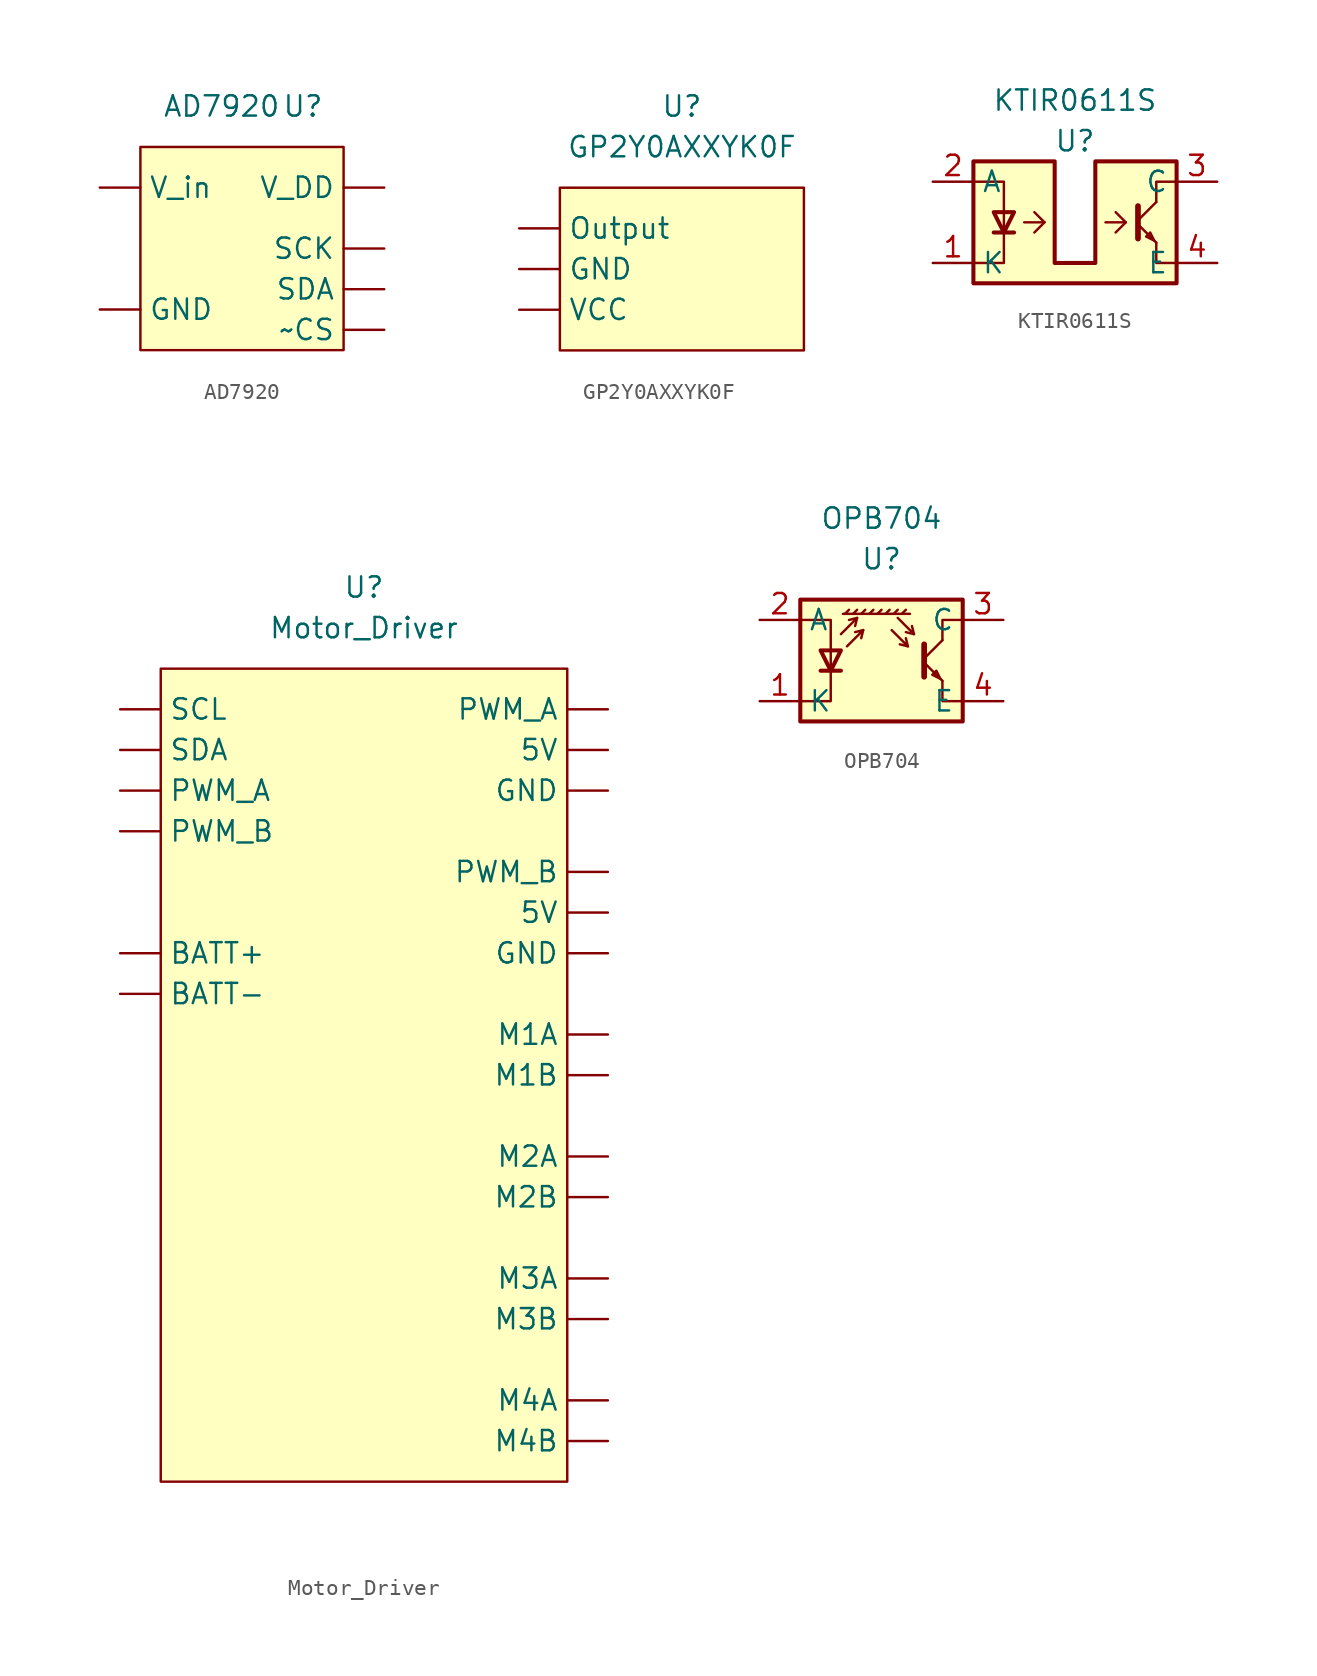
<source format=kicad_sym>
(kicad_symbol_lib
  (version 20211014)
  (generator kicad_symbol_editor)
  (symbol "AD7920"
    (property "Reference" "U"
      (at 3.81 8.89 0)
      (effects (font (size 1.27 1.27))))
    (property "Value" "AD7920"
      (at -1.27 8.89 0)
      (effects (font (size 1.27 1.27))))
    (symbol "AD7920_0_1"
      (rectangle (start -6.35 6.35) (end 6.35 -6.35) (stroke (width 0) (type default) (color 0 0 0 0)) (fill (type background))))
    (symbol "AD7920_1_0"
      (pin passive line (at -8.89 -3.81 0) (length 2.54) (name "GND" (effects (font (size 1.27 1.27)))) (number "" (effects (font (size 1.27 1.27)))))
      (pin input line (at 8.89 0 180) (length 2.54) (name "SCK" (effects (font (size 1.27 1.27)))) (number "" (effects (font (size 1.27 1.27)))))
      (pin output line (at 8.89 -2.54 180) (length 2.54) (name "SDA" (effects (font (size 1.27 1.27)))) (number "" (effects (font (size 1.27 1.27)))))
      (pin power_in line (at 8.89 3.81 180) (length 2.54) (name "V_DD" (effects (font (size 1.27 1.27)))) (number "" (effects (font (size 1.27 1.27)))))
      (pin input line (at -8.89 3.81 0) (length 2.54) (name "V_in" (effects (font (size 1.27 1.27)))) (number "" (effects (font (size 1.27 1.27)))))
      (pin input line (at 8.89 -5.08 180) (length 2.54) (name "~CS" (effects (font (size 1.27 1.27)))) (number "" (effects (font (size 1.27 1.27)))))))
  (symbol "GP2Y0AXXYK0F"
    (property "Reference" "U"
      (at 0 10.16 0)
      (effects (font (size 1.27 1.27))))
    (property "Value" "GP2Y0AXXYK0F"
      (at 0 7.62 0)
      (effects (font (size 1.27 1.27))))
    (symbol "GP2Y0AXXYK0F_0_1"
      (rectangle (start -7.62 5.08) (end 7.62 -5.08) (stroke (width 0) (type default) (color 0 0 0 0)) (fill (type background))))
    (symbol "GP2Y0AXXYK0F_1_1"
      (pin power_in line (at -10.16 0 0) (length 2.54) (name "GND" (effects (font (size 1.27 1.27)))) (number "" (effects (font (size 1.27 1.27)))))
      (pin output line (at -10.16 2.54 0) (length 2.54) (name "Output" (effects (font (size 1.27 1.27)))) (number "" (effects (font (size 1.27 1.27)))))
      (pin power_in line (at -10.16 -2.54 0) (length 2.54) (name "VCC" (effects (font (size 1.27 1.27)))) (number "" (effects (font (size 1.27 1.27)))))))
  (symbol "KTIR0611S"
    (property "Reference" "U"
      (at 0 5.08 0)
      (effects (font (size 1.27 1.27))))
    (property "Value" "KTIR0611S"
      (at 0 7.62 0)
      (effects (font (size 1.27 1.27))))
    (symbol "KTIR0611S_0_1"
      (polyline (pts (xy -5.08 -0.635) (xy -3.81 -0.635)) (stroke (width 0.254) (type default) (color 0 0 0 0)) (fill (type none)))
      (polyline (pts (xy -1.905 0) (xy -2.54 -0.635)) (stroke (width 0) (type default) (color 0 0 0 0)) (fill (type none)))
      (polyline (pts (xy 3.175 0) (xy 2.54 -0.635)) (stroke (width 0) (type default) (color 0 0 0 0)) (fill (type none)))
      (polyline (pts (xy 3.937 -0.127) (xy 5.08 -1.27)) (stroke (width 0) (type default) (color 0 0 0 0)) (fill (type none)))
      (polyline (pts (xy 3.937 0.127) (xy 5.08 1.27)) (stroke (width 0) (type default) (color 0 0 0 0)) (fill (type none)))
      (polyline (pts (xy -3.175 0) (xy -1.905 0) (xy -2.54 0.635)) (stroke (width 0) (type default) (color 0 0 0 0)) (fill (type none)))
      (polyline (pts (xy 1.905 0) (xy 3.175 0) (xy 2.54 0.635)) (stroke (width 0) (type default) (color 0 0 0 0)) (fill (type none)))
      (polyline (pts (xy 3.937 1.016) (xy 3.937 -1.016) (xy 3.937 -1.016)) (stroke (width 0.356) (type default) (color 0 0 0 0)) (fill (type none)))
      (polyline (pts (xy 5.08 -1.27) (xy 5.08 -2.54) (xy 6.35 -2.54)) (stroke (width 0) (type default) (color 0 0 0 0)) (fill (type none)))
      (polyline (pts (xy 5.08 1.27) (xy 5.08 2.54) (xy 6.35 2.54)) (stroke (width 0) (type default) (color 0 0 0 0)) (fill (type none)))
      (polyline (pts (xy -6.35 -2.54) (xy -4.445 -2.54) (xy -4.445 2.54) (xy -6.35 2.54)) (stroke (width 0) (type default) (color 0 0 0 0)) (fill (type none)))
      (polyline (pts (xy -4.445 -0.635) (xy -5.08 0.635) (xy -3.81 0.635) (xy -4.445 -0.635)) (stroke (width 0.254) (type default) (color 0 0 0 0)) (fill (type none)))
      (polyline (pts (xy 4.953 -1.143) (xy 4.699 -0.635) (xy 4.445 -0.889) (xy 4.953 -1.143)) (stroke (width 0) (type default) (color 0 0 0 0)) (fill (type none)))
      (polyline (pts (xy -6.35 -3.81) (xy 6.35 -3.81) (xy 6.35 3.81) (xy 1.27 3.81) (xy 1.27 -2.54) (xy -1.27 -2.54) (xy -1.27 3.81) (xy -6.35 3.81) (xy -6.35 -3.81)) (stroke (width 0.254) (type default) (color 0 0 0 0)) (fill (type background))))
    (symbol "KTIR0611S_1_1"
      (pin passive line (at -8.89 -2.54 0) (length 2.54) (name "K" (effects (font (size 1.27 1.27)))) (number "1" (effects (font (size 1.27 1.27)))))
      (pin passive line (at -8.89 2.54 0) (length 2.54) (name "A" (effects (font (size 1.27 1.27)))) (number "2" (effects (font (size 1.27 1.27)))))
      (pin open_collector line (at 8.89 2.54 180) (length 2.54) (name "C" (effects (font (size 1.27 1.27)))) (number "3" (effects (font (size 1.27 1.27)))))
      (pin open_emitter line (at 8.89 -2.54 180) (length 2.54) (name "E" (effects (font (size 1.27 1.27)))) (number "4" (effects (font (size 1.27 1.27)))))))
  (symbol "Motor_Driver"
    (property "Reference" "U"
      (at 0 0 0)
      (effects (font (size 1.27 1.27))))
    (property "Value" "Motor_Driver"
      (at 0 -2.54 0)
      (effects (font (size 1.27 1.27))))
    (symbol "Motor_Driver_0_1"
      (rectangle (start -12.7 -5.08) (end 12.7 -55.88) (stroke (width 0) (type default) (color 0 0 0 0)) (fill (type background))))
    (symbol "Motor_Driver_1_1"
      (pin power_out line (at 15.24 -20.32 180) (length 2.54) (name "5V" (effects (font (size 1.27 1.27)))) (number "" (effects (font (size 1.27 1.27)))))
      (pin power_out line (at 15.24 -10.16 180) (length 2.54) (name "5V" (effects (font (size 1.27 1.27)))) (number "" (effects (font (size 1.27 1.27)))))
      (pin power_in line (at -15.24 -22.86 0) (length 2.54) (name "BATT+" (effects (font (size 1.27 1.27)))) (number "" (effects (font (size 1.27 1.27)))))
      (pin power_in line (at -15.24 -25.4 0) (length 2.54) (name "BATT-" (effects (font (size 1.27 1.27)))) (number "" (effects (font (size 1.27 1.27)))))
      (pin power_out line (at 15.24 -22.86 180) (length 2.54) (name "GND" (effects (font (size 1.27 1.27)))) (number "" (effects (font (size 1.27 1.27)))))
      (pin power_out line (at 15.24 -12.7 180) (length 2.54) (name "GND" (effects (font (size 1.27 1.27)))) (number "" (effects (font (size 1.27 1.27)))))
      (pin bidirectional line (at 15.24 -27.94 180) (length 2.54) (name "M1A" (effects (font (size 1.27 1.27)))) (number "" (effects (font (size 1.27 1.27)))))
      (pin bidirectional line (at 15.24 -30.48 180) (length 2.54) (name "M1B" (effects (font (size 1.27 1.27)))) (number "" (effects (font (size 1.27 1.27)))))
      (pin bidirectional line (at 15.24 -35.56 180) (length 2.54) (name "M2A" (effects (font (size 1.27 1.27)))) (number "" (effects (font (size 1.27 1.27)))))
      (pin bidirectional line (at 15.24 -38.1 180) (length 2.54) (name "M2B" (effects (font (size 1.27 1.27)))) (number "" (effects (font (size 1.27 1.27)))))
      (pin bidirectional line (at 15.24 -43.18 180) (length 2.54) (name "M3A" (effects (font (size 1.27 1.27)))) (number "" (effects (font (size 1.27 1.27)))))
      (pin bidirectional line (at 15.24 -45.72 180) (length 2.54) (name "M3B" (effects (font (size 1.27 1.27)))) (number "" (effects (font (size 1.27 1.27)))))
      (pin bidirectional line (at 15.24 -50.8 180) (length 2.54) (name "M4A" (effects (font (size 1.27 1.27)))) (number "" (effects (font (size 1.27 1.27)))))
      (pin bidirectional line (at 15.24 -53.34 180) (length 2.54) (name "M4B" (effects (font (size 1.27 1.27)))) (number "" (effects (font (size 1.27 1.27)))))
      (pin input line (at -15.24 -12.7 0) (length 2.54) (name "PWM_A" (effects (font (size 1.27 1.27)))) (number "" (effects (font (size 1.27 1.27)))))
      (pin input line (at 15.24 -7.62 180) (length 2.54) (name "PWM_A" (effects (font (size 1.27 1.27)))) (number "" (effects (font (size 1.27 1.27)))))
      (pin input line (at -15.24 -15.24 0) (length 2.54) (name "PWM_B" (effects (font (size 1.27 1.27)))) (number "" (effects (font (size 1.27 1.27)))))
      (pin output line (at 15.24 -17.78 180) (length 2.54) (name "PWM_B" (effects (font (size 1.27 1.27)))) (number "" (effects (font (size 1.27 1.27)))))
      (pin input line (at -15.24 -7.62 0) (length 2.54) (name "SCL" (effects (font (size 1.27 1.27)))) (number "" (effects (font (size 1.27 1.27)))))
      (pin input line (at -15.24 -10.16 0) (length 2.54) (name "SDA" (effects (font (size 1.27 1.27)))) (number "" (effects (font (size 1.27 1.27)))))))
  (symbol "OPB704"
    (property "Reference" "U"
      (at 0 6.35 0)
      (effects (font (size 1.27 1.27))))
    (property "Value" "OPB704"
      (at 0 8.89 0)
      (effects (font (size 1.27 1.27))))
    (symbol "OPB704_0_1"
      (polyline (pts (xy -3.81 -0.635) (xy -2.54 -0.635)) (stroke (width 0.254) (type default) (color 0 0 0 0)) (fill (type none)))
      (polyline (pts (xy -2.286 2.921) (xy -2.032 3.175)) (stroke (width 0) (type default) (color 0 0 0 0)) (fill (type none)))
      (polyline (pts (xy -1.778 2.921) (xy -1.524 3.175)) (stroke (width 0) (type default) (color 0 0 0 0)) (fill (type none)))
      (polyline (pts (xy -1.524 2.667) (xy -1.651 2.159)) (stroke (width 0) (type default) (color 0 0 0 0)) (fill (type none)))
      (polyline (pts (xy -1.27 2.921) (xy -1.016 3.175)) (stroke (width 0) (type default) (color 0 0 0 0)) (fill (type none)))
      (polyline (pts (xy -1.143 1.905) (xy -1.27 1.397)) (stroke (width 0) (type default) (color 0 0 0 0)) (fill (type none)))
      (polyline (pts (xy -0.762 2.921) (xy -0.508 3.175)) (stroke (width 0) (type default) (color 0 0 0 0)) (fill (type none)))
      (polyline (pts (xy -0.254 2.921) (xy 0 3.175)) (stroke (width 0) (type default) (color 0 0 0 0)) (fill (type none)))
      (polyline (pts (xy 0.254 2.921) (xy 0.508 3.175)) (stroke (width 0) (type default) (color 0 0 0 0)) (fill (type none)))
      (polyline (pts (xy 0.762 2.921) (xy 1.016 3.175)) (stroke (width 0) (type default) (color 0 0 0 0)) (fill (type none)))
      (polyline (pts (xy 1.27 2.921) (xy 1.524 3.175)) (stroke (width 0) (type default) (color 0 0 0 0)) (fill (type none)))
      (polyline (pts (xy 1.651 0.889) (xy 1.143 1.016)) (stroke (width 0) (type default) (color 0 0 0 0)) (fill (type none)))
      (polyline (pts (xy 1.778 2.921) (xy -2.413 2.921)) (stroke (width 0) (type default) (color 0 0 0 0)) (fill (type none)))
      (polyline (pts (xy 2.032 1.651) (xy 1.524 1.778)) (stroke (width 0) (type default) (color 0 0 0 0)) (fill (type none)))
      (polyline (pts (xy 2.667 -0.127) (xy 3.81 -1.27)) (stroke (width 0) (type default) (color 0 0 0 0)) (fill (type none)))
      (polyline (pts (xy 2.667 0.127) (xy 3.81 1.27)) (stroke (width 0) (type default) (color 0 0 0 0)) (fill (type none)))
      (polyline (pts (xy -2.54 1.651) (xy -1.524 2.667) (xy -2.032 2.54)) (stroke (width 0) (type default) (color 0 0 0 0)) (fill (type none)))
      (polyline (pts (xy -2.159 0.889) (xy -1.143 1.905) (xy -1.651 1.778)) (stroke (width 0) (type default) (color 0 0 0 0)) (fill (type none)))
      (polyline (pts (xy 0.635 1.905) (xy 1.651 0.889) (xy 1.524 1.397)) (stroke (width 0) (type default) (color 0 0 0 0)) (fill (type none)))
      (polyline (pts (xy 1.016 2.667) (xy 2.032 1.651) (xy 1.905 2.159)) (stroke (width 0) (type default) (color 0 0 0 0)) (fill (type none)))
      (polyline (pts (xy 2.667 1.016) (xy 2.667 -1.016) (xy 2.667 -1.016)) (stroke (width 0.356) (type default) (color 0 0 0 0)) (fill (type none)))
      (polyline (pts (xy 3.81 -1.27) (xy 3.81 -2.54) (xy 5.08 -2.54)) (stroke (width 0) (type default) (color 0 0 0 0)) (fill (type none)))
      (polyline (pts (xy 3.81 1.27) (xy 3.81 2.54) (xy 5.08 2.54)) (stroke (width 0) (type default) (color 0 0 0 0)) (fill (type none)))
      (polyline (pts (xy -5.08 -2.54) (xy -3.175 -2.54) (xy -3.175 2.54) (xy -5.08 2.54)) (stroke (width 0) (type default) (color 0 0 0 0)) (fill (type none)))
      (polyline (pts (xy -3.175 -0.635) (xy -3.81 0.635) (xy -2.54 0.635) (xy -3.175 -0.635)) (stroke (width 0.254) (type default) (color 0 0 0 0)) (fill (type none)))
      (polyline (pts (xy 3.683 -1.143) (xy 3.429 -0.635) (xy 3.175 -0.889) (xy 3.683 -1.143)) (stroke (width 0) (type default) (color 0 0 0 0)) (fill (type none)))
      (polyline (pts (xy -5.08 -3.81) (xy 5.08 -3.81) (xy 5.08 3.81) (xy -5.08 3.81) (xy -5.08 -3.81)) (stroke (width 0.254) (type default) (color 0 0 0 0)) (fill (type background))))
    (symbol "OPB704_1_1"
      (pin passive line (at -7.62 -2.54 0) (length 2.54) (name "K" (effects (font (size 1.27 1.27)))) (number "1" (effects (font (size 1.27 1.27)))))
      (pin passive line (at -7.62 2.54 0) (length 2.54) (name "A" (effects (font (size 1.27 1.27)))) (number "2" (effects (font (size 1.27 1.27)))))
      (pin open_collector line (at 7.62 2.54 180) (length 2.54) (name "C" (effects (font (size 1.27 1.27)))) (number "3" (effects (font (size 1.27 1.27)))))
      (pin open_emitter line (at 7.62 -2.54 180) (length 2.54) (name "E" (effects (font (size 1.27 1.27)))) (number "4" (effects (font (size 1.27 1.27))))))))
</source>
